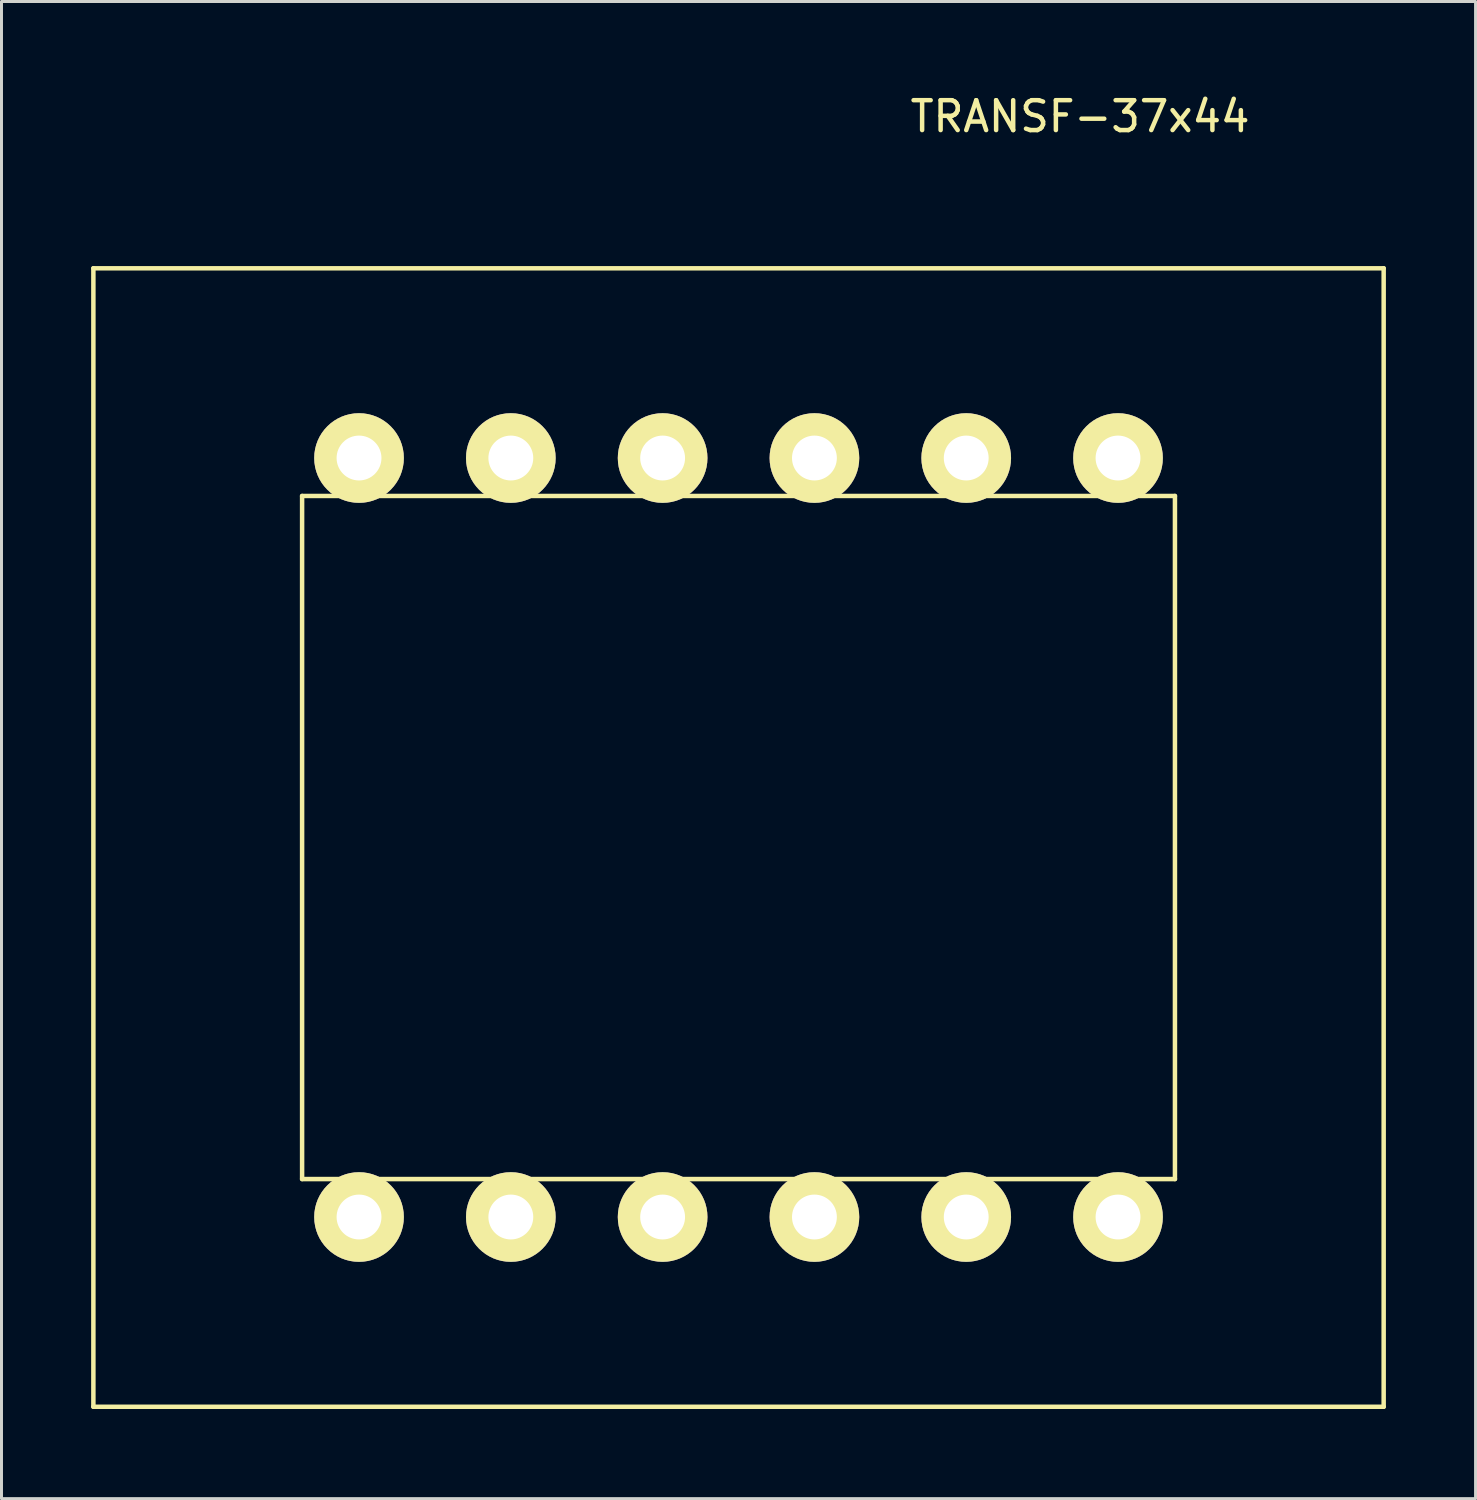
<source format=kicad_pcb>
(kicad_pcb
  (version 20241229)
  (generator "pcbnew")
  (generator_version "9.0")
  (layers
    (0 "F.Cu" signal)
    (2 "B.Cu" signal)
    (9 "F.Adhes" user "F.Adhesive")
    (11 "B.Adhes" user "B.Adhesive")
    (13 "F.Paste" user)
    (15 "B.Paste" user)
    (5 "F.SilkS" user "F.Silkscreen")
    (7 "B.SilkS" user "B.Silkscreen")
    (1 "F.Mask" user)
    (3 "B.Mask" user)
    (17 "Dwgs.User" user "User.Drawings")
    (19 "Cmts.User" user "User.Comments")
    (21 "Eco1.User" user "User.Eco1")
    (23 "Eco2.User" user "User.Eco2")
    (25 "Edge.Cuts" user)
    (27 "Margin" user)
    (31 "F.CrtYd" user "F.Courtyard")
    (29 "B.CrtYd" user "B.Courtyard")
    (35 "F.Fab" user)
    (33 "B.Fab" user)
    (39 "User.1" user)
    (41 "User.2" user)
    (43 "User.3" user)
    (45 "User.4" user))
  (footprint "TRANSF-37x44"
    (layer "F.Cu")
    (at 21.665 24.978)
    (property "Reference" "TRANSF-37x44" (at 11.43 -24.13 0) (layer "F.SilkS") (effects (font (size 1 1) (thickness 0.15))))
    (attr through_hole)
    (fp_line (start -21.59 -19.05) (end 21.59 -19.05) (stroke (width 0.15) (type solid)) (layer "F.SilkS"))
    (fp_line (start -21.59 19.05) (end -21.59 -19.05) (stroke (width 0.15) (type solid)) (layer "F.SilkS"))
    (fp_line (start -14.605 -11.43) (end 14.605 -11.43) (stroke (width 0.15) (type solid)) (layer "F.SilkS"))
    (fp_line (start -14.605 11.43) (end -14.605 -11.43) (stroke (width 0.15) (type solid)) (layer "F.SilkS"))
    (fp_line (start 14.605 -11.43) (end 14.605 11.43) (stroke (width 0.15) (type solid)) (layer "F.SilkS"))
    (fp_line (start 14.605 11.43) (end -14.605 11.43) (stroke (width 0.15) (type solid)) (layer "F.SilkS"))
    (fp_line (start 21.59 -19.05) (end 21.59 19.05) (stroke (width 0.15) (type solid)) (layer "F.SilkS"))
    (fp_line (start 21.59 19.05) (end -21.59 19.05) (stroke (width 0.15) (type solid)) (layer "F.SilkS"))
    (pad "" thru_hole circle (at -12.7 -12.7) (size 3 3) (drill 1.501) (layers "*.Cu" "*.Mask" "F.SilkS"))
    (pad "" thru_hole circle (at -7.62 12.7) (size 3 3) (drill 1.501) (layers "*.Cu" "*.Mask" "F.SilkS"))
    (pad "" thru_hole circle (at -2.54 -12.7) (size 3 3) (drill 1.501) (layers "*.Cu" "*.Mask" "F.SilkS"))
    (pad "" thru_hole circle (at 2.54 -12.7) (size 3 3) (drill 1.501) (layers "*.Cu" "*.Mask" "F.SilkS"))
    (pad "" thru_hole circle (at 2.54 12.7) (size 3 3) (drill 1.501) (layers "*.Cu" "*.Mask" "F.SilkS"))
    (pad "" thru_hole circle (at 7.62 -12.7) (size 3 3) (drill 1.501) (layers "*.Cu" "*.Mask" "F.SilkS"))
    (pad "" thru_hole circle (at 7.62 12.7) (size 3 3) (drill 1.501) (layers "*.Cu" "*.Mask" "F.SilkS"))
    (pad "" thru_hole circle (at 12.7 12.7) (size 3 3) (drill 1.501) (layers "*.Cu" "*.Mask" "F.SilkS"))
    (pad "1" thru_hole circle (at -7.62 -12.7) (size 3 3) (drill 1.501) (layers "*.Cu" "*.Mask" "F.SilkS"))
    (pad "2" thru_hole circle (at 12.7 -12.7) (size 3 3) (drill 1.501) (layers "*.Cu" "*.Mask" "F.SilkS"))
    (pad "3" thru_hole circle (at -2.54 12.7) (size 3 3) (drill 1.501) (layers "*.Cu" "*.Mask" "F.SilkS"))
    (pad "4" thru_hole circle (at -12.7 12.7) (size 3 3) (drill 1.501) (layers "*.Cu" "*.Mask" "F.SilkS")))
  (gr_rect
    (start -3 -3)
    (end 46.33 47.103)
    (stroke (width 0.1) (type default))
    (fill no)
    (layer "Edge.Cuts")))
</source>
